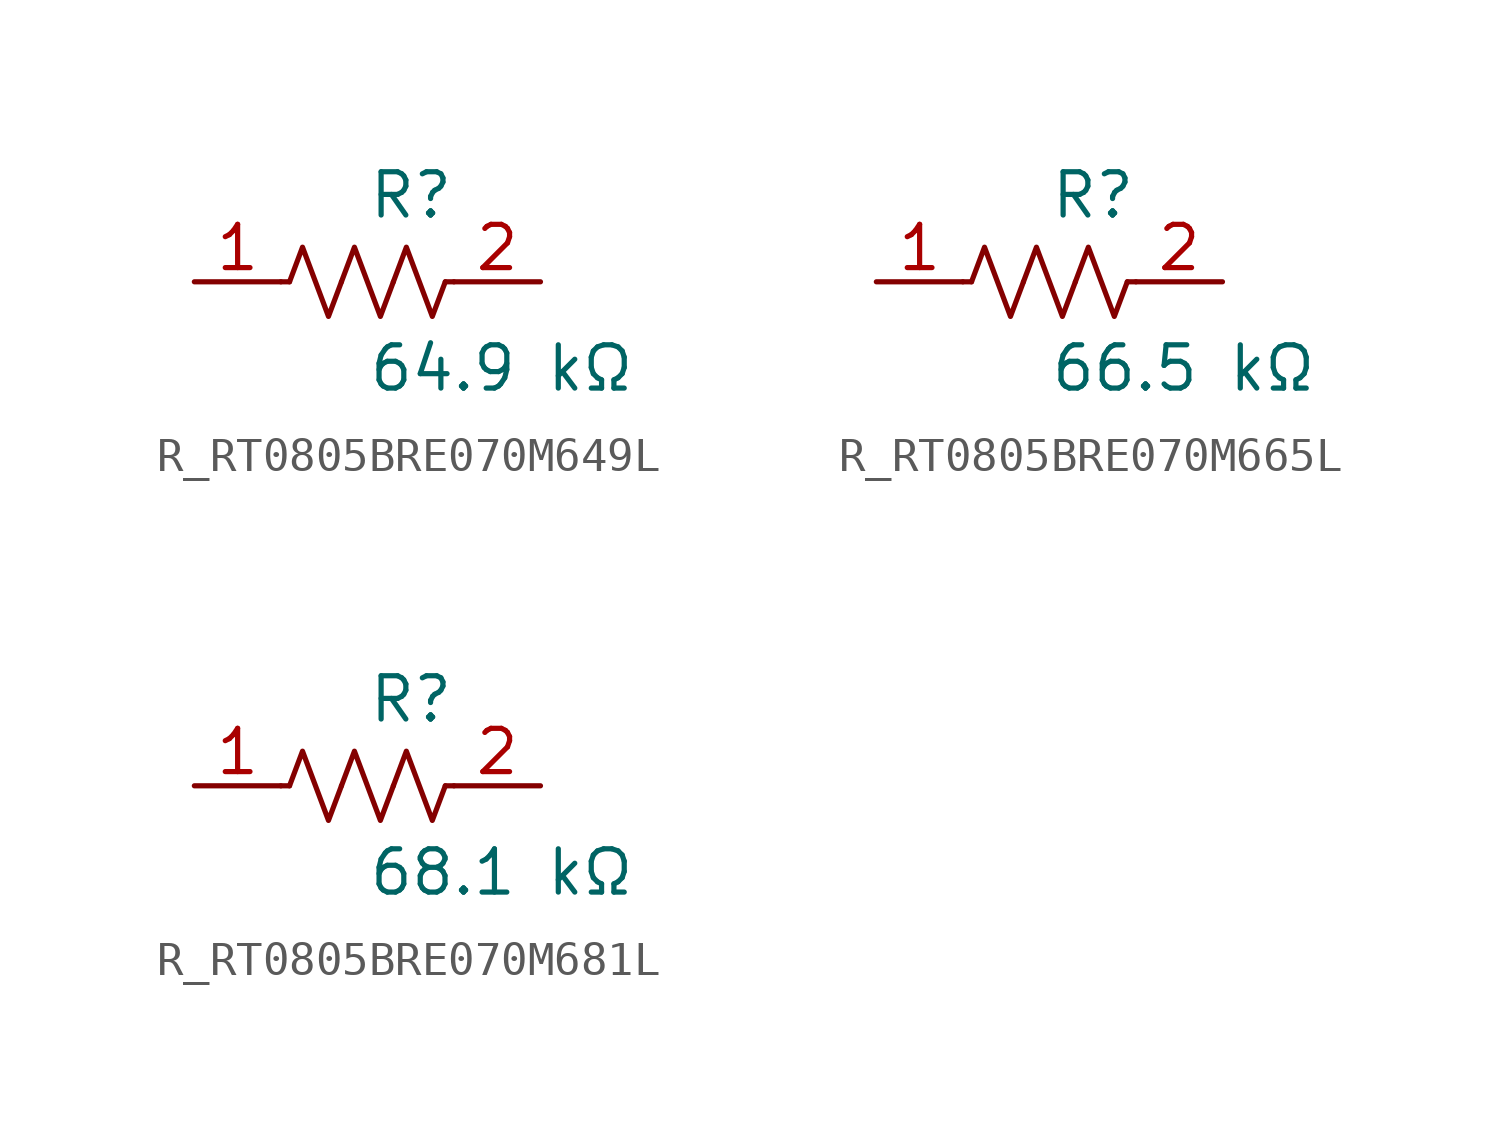
<source format=kicad_sym>
(kicad_symbol_lib
  (version 20231120)
  (generator kicad_symbol_editor)
  (generator_version 8.0)
  (symbol "R_RT0805BRE070M649L"
    (pin_names
      (offset 0.254))
    (property "Reference" "R"
      (at 0.0 2.54 0)
      (effects (font (size 1.27 1.27)) (justify left)))
    (property "Value" "64.9 kΩ"
      (at 0.0 -2.54 0)
      (effects (font (size 1.27 1.27)) (justify left)))
    (symbol "R_RT0805BRE070M649L_0_1"
      (polyline (pts (xy 2.286 0) (xy 2.54 0)) (stroke (width 0) (type default)) (fill (type none)))
      (polyline (pts (xy -2.286 0) (xy -2.54 0)) (stroke (width 0) (type default)) (fill (type none)))
      (polyline (pts (xy 0.762 0) (xy 1.143 1.016) (xy 1.524 0) (xy 1.905 -1.016) (xy 2.286 0)) (stroke (width 0) (type default)) (fill (type none)))
      (polyline (pts (xy -0.762 0) (xy -0.381 1.016) (xy 0 0) (xy 0.381 -1.016) (xy 0.762 0)) (stroke (width 0) (type default)) (fill (type none)))
      (polyline (pts (xy -2.286 0) (xy -1.905 1.016) (xy -1.524 0) (xy -1.143 -1.016) (xy -0.762 0)) (stroke (width 0) (type default)) (fill (type none))))
    (pin unspecified line
      (at -5.08 0 0)
      (length 2.54)
      (name "" (effects (font (size 1.27 1.27))))
      (number "1" (effects (font (size 1.27 1.27)))))
    (pin unspecified line
      (at 5.08 0 180)
      (length 2.54)
      (name "" (effects (font (size 1.27 1.27))))
      (number "2" (effects (font (size 1.27 1.27))))))
  (symbol "R_RT0805BRE070M665L"
    (pin_names
      (offset 0.254))
    (property "Reference" "R"
      (at 0.0 2.54 0)
      (effects (font (size 1.27 1.27)) (justify left)))
    (property "Value" "66.5 kΩ"
      (at 0.0 -2.54 0)
      (effects (font (size 1.27 1.27)) (justify left)))
    (symbol "R_RT0805BRE070M665L_0_1"
      (polyline (pts (xy 2.286 0) (xy 2.54 0)) (stroke (width 0) (type default)) (fill (type none)))
      (polyline (pts (xy -2.286 0) (xy -2.54 0)) (stroke (width 0) (type default)) (fill (type none)))
      (polyline (pts (xy 0.762 0) (xy 1.143 1.016) (xy 1.524 0) (xy 1.905 -1.016) (xy 2.286 0)) (stroke (width 0) (type default)) (fill (type none)))
      (polyline (pts (xy -0.762 0) (xy -0.381 1.016) (xy 0 0) (xy 0.381 -1.016) (xy 0.762 0)) (stroke (width 0) (type default)) (fill (type none)))
      (polyline (pts (xy -2.286 0) (xy -1.905 1.016) (xy -1.524 0) (xy -1.143 -1.016) (xy -0.762 0)) (stroke (width 0) (type default)) (fill (type none))))
    (pin unspecified line
      (at -5.08 0 0)
      (length 2.54)
      (name "" (effects (font (size 1.27 1.27))))
      (number "1" (effects (font (size 1.27 1.27)))))
    (pin unspecified line
      (at 5.08 0 180)
      (length 2.54)
      (name "" (effects (font (size 1.27 1.27))))
      (number "2" (effects (font (size 1.27 1.27))))))
  (symbol "R_RT0805BRE070M681L"
    (pin_names
      (offset 0.254))
    (property "Reference" "R"
      (at 0.0 2.54 0)
      (effects (font (size 1.27 1.27)) (justify left)))
    (property "Value" "68.1 kΩ"
      (at 0.0 -2.54 0)
      (effects (font (size 1.27 1.27)) (justify left)))
    (symbol "R_RT0805BRE070M681L_0_1"
      (polyline (pts (xy 2.286 0) (xy 2.54 0)) (stroke (width 0) (type default)) (fill (type none)))
      (polyline (pts (xy -2.286 0) (xy -2.54 0)) (stroke (width 0) (type default)) (fill (type none)))
      (polyline (pts (xy 0.762 0) (xy 1.143 1.016) (xy 1.524 0) (xy 1.905 -1.016) (xy 2.286 0)) (stroke (width 0) (type default)) (fill (type none)))
      (polyline (pts (xy -0.762 0) (xy -0.381 1.016) (xy 0 0) (xy 0.381 -1.016) (xy 0.762 0)) (stroke (width 0) (type default)) (fill (type none)))
      (polyline (pts (xy -2.286 0) (xy -1.905 1.016) (xy -1.524 0) (xy -1.143 -1.016) (xy -0.762 0)) (stroke (width 0) (type default)) (fill (type none))))
    (pin unspecified line
      (at -5.08 0 0)
      (length 2.54)
      (name "" (effects (font (size 1.27 1.27))))
      (number "1" (effects (font (size 1.27 1.27)))))
    (pin unspecified line
      (at 5.08 0 180)
      (length 2.54)
      (name "" (effects (font (size 1.27 1.27))))
      (number "2" (effects (font (size 1.27 1.27)))))))
</source>
